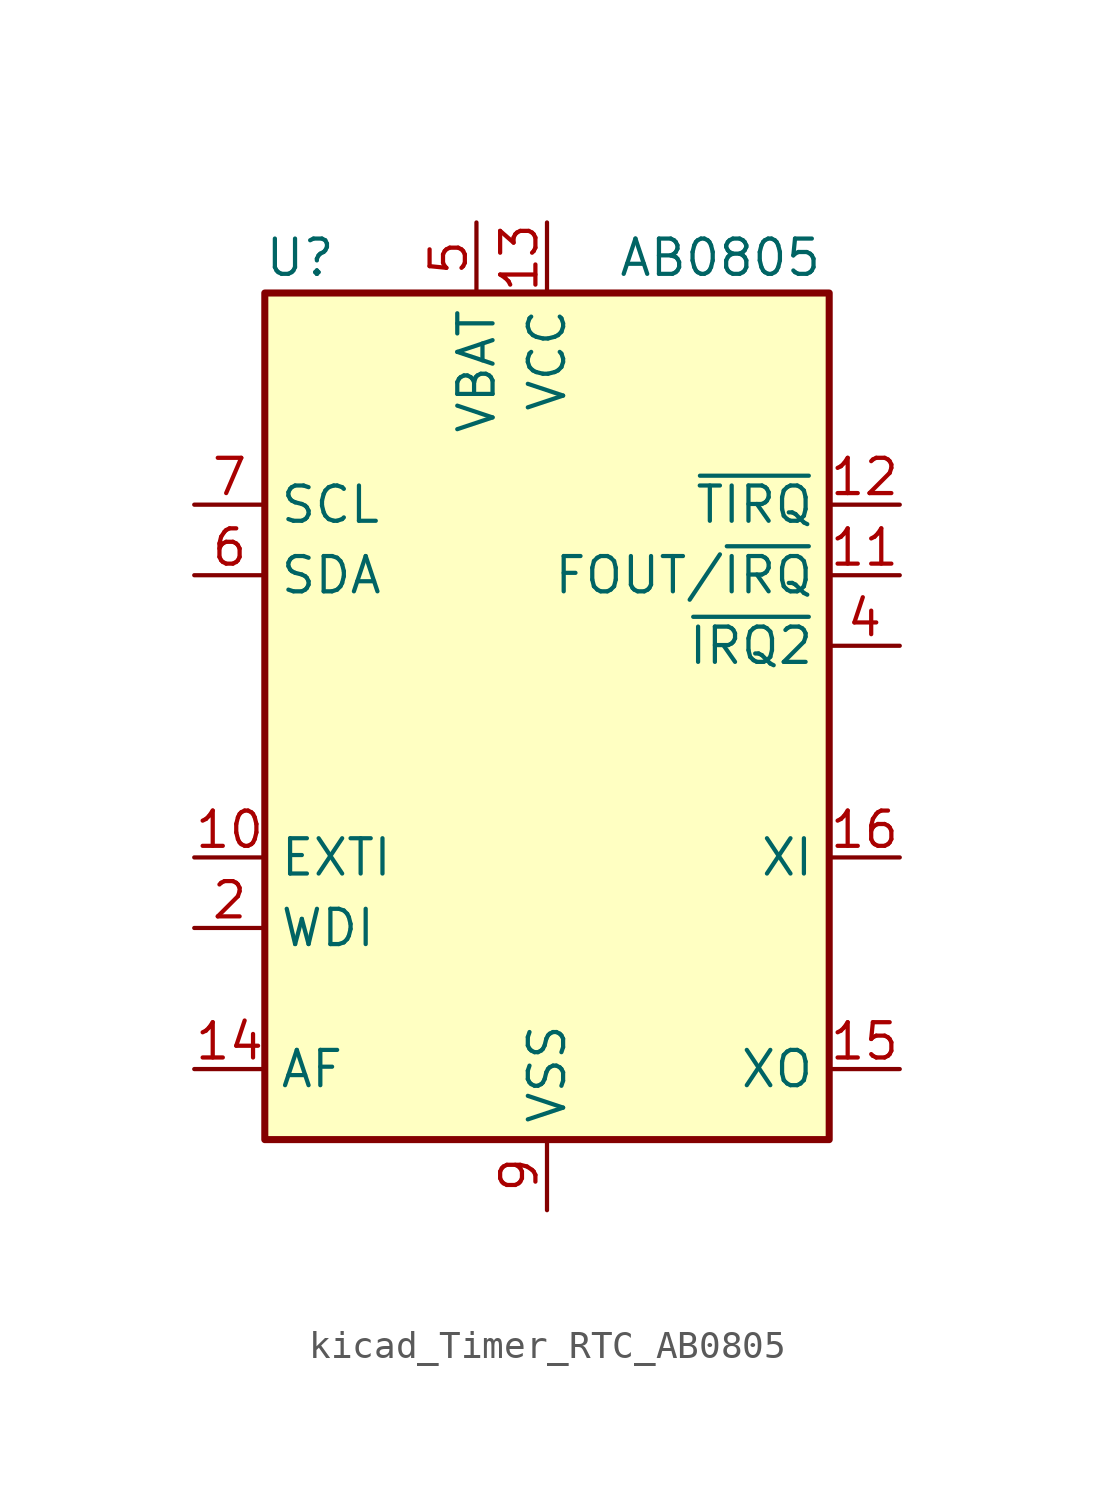
<source format=kicad_sym>
(kicad_symbol_lib
  (version 20220914)
  (generator kicad_symbol_editor)
  (symbol "kicad_Timer_RTC_AB0805"
    (property "Reference" "U"
      (at -8.89 16.51 0)
      (effects (font (size 1.27 1.27))))
    (property "Value" "AB0805"
      (at 2.54 16.51 0)
      (effects (font (size 1.27 1.27)) (justify left)))
    (symbol "kicad_Timer_RTC_AB0805_0_1"
      (rectangle (start -10.16 15.24) (end 10.16 -15.24) (stroke (width 0.254) (type default)) (fill (type background))))
    (symbol "kicad_Timer_RTC_AB0805_1_1"
      (pin no_connect line (at -10.16 -2.54 0) (length 2.54) hide (name "NC" (effects (font (size 1.27 1.27)))) (number "1" (effects (font (size 1.27 1.27)))))
      (pin input line (at -12.7 -5.08 0) (length 2.54) (name "EXTI" (effects (font (size 1.27 1.27)))) (number "10" (effects (font (size 1.27 1.27)))))
      (pin open_collector line (at 12.7 5.08 180) (length 2.54) (name "FOUT/~{IRQ}" (effects (font (size 1.27 1.27)))) (number "11" (effects (font (size 1.27 1.27)))))
      (pin open_collector line (at 12.7 7.62 180) (length 2.54) (name "~{TIRQ}" (effects (font (size 1.27 1.27)))) (number "12" (effects (font (size 1.27 1.27)))))
      (pin power_in line (at 0 17.78 270) (length 2.54) (name "VCC" (effects (font (size 1.27 1.27)))) (number "13" (effects (font (size 1.27 1.27)))))
      (pin passive line (at -12.7 -12.7 0) (length 2.54) (name "AF" (effects (font (size 1.27 1.27)))) (number "14" (effects (font (size 1.27 1.27)))))
      (pin output line (at 12.7 -12.7 180) (length 2.54) (name "XO" (effects (font (size 1.27 1.27)))) (number "15" (effects (font (size 1.27 1.27)))))
      (pin input line (at 12.7 -5.08 180) (length 2.54) (name "XI" (effects (font (size 1.27 1.27)))) (number "16" (effects (font (size 1.27 1.27)))))
      (pin passive line (at 0 -17.78 90) (length 2.54) hide (name "VSS" (effects (font (size 1.27 1.27)))) (number "17" (effects (font (size 1.27 1.27)))))
      (pin input line (at -12.7 -7.62 0) (length 2.54) (name "WDI" (effects (font (size 1.27 1.27)))) (number "2" (effects (font (size 1.27 1.27)))))
      (pin no_connect line (at -10.16 -10.16 0) (length 2.54) hide (name "NC" (effects (font (size 1.27 1.27)))) (number "3" (effects (font (size 1.27 1.27)))))
      (pin open_collector line (at 12.7 2.54 180) (length 2.54) (name "~{IRQ2}" (effects (font (size 1.27 1.27)))) (number "4" (effects (font (size 1.27 1.27)))))
      (pin power_in line (at -2.54 17.78 270) (length 2.54) (name "VBAT" (effects (font (size 1.27 1.27)))) (number "5" (effects (font (size 1.27 1.27)))))
      (pin bidirectional line (at -12.7 5.08 0) (length 2.54) (name "SDA" (effects (font (size 1.27 1.27)))) (number "6" (effects (font (size 1.27 1.27)))))
      (pin input line (at -12.7 7.62 0) (length 2.54) (name "SCL" (effects (font (size 1.27 1.27)))) (number "7" (effects (font (size 1.27 1.27)))))
      (pin no_connect line (at 10.16 0 180) (length 2.54) hide (name "NC" (effects (font (size 1.27 1.27)))) (number "8" (effects (font (size 1.27 1.27)))))
      (pin power_in line (at 0 -17.78 90) (length 2.54) (name "VSS" (effects (font (size 1.27 1.27)))) (number "9" (effects (font (size 1.27 1.27))))))))
</source>
